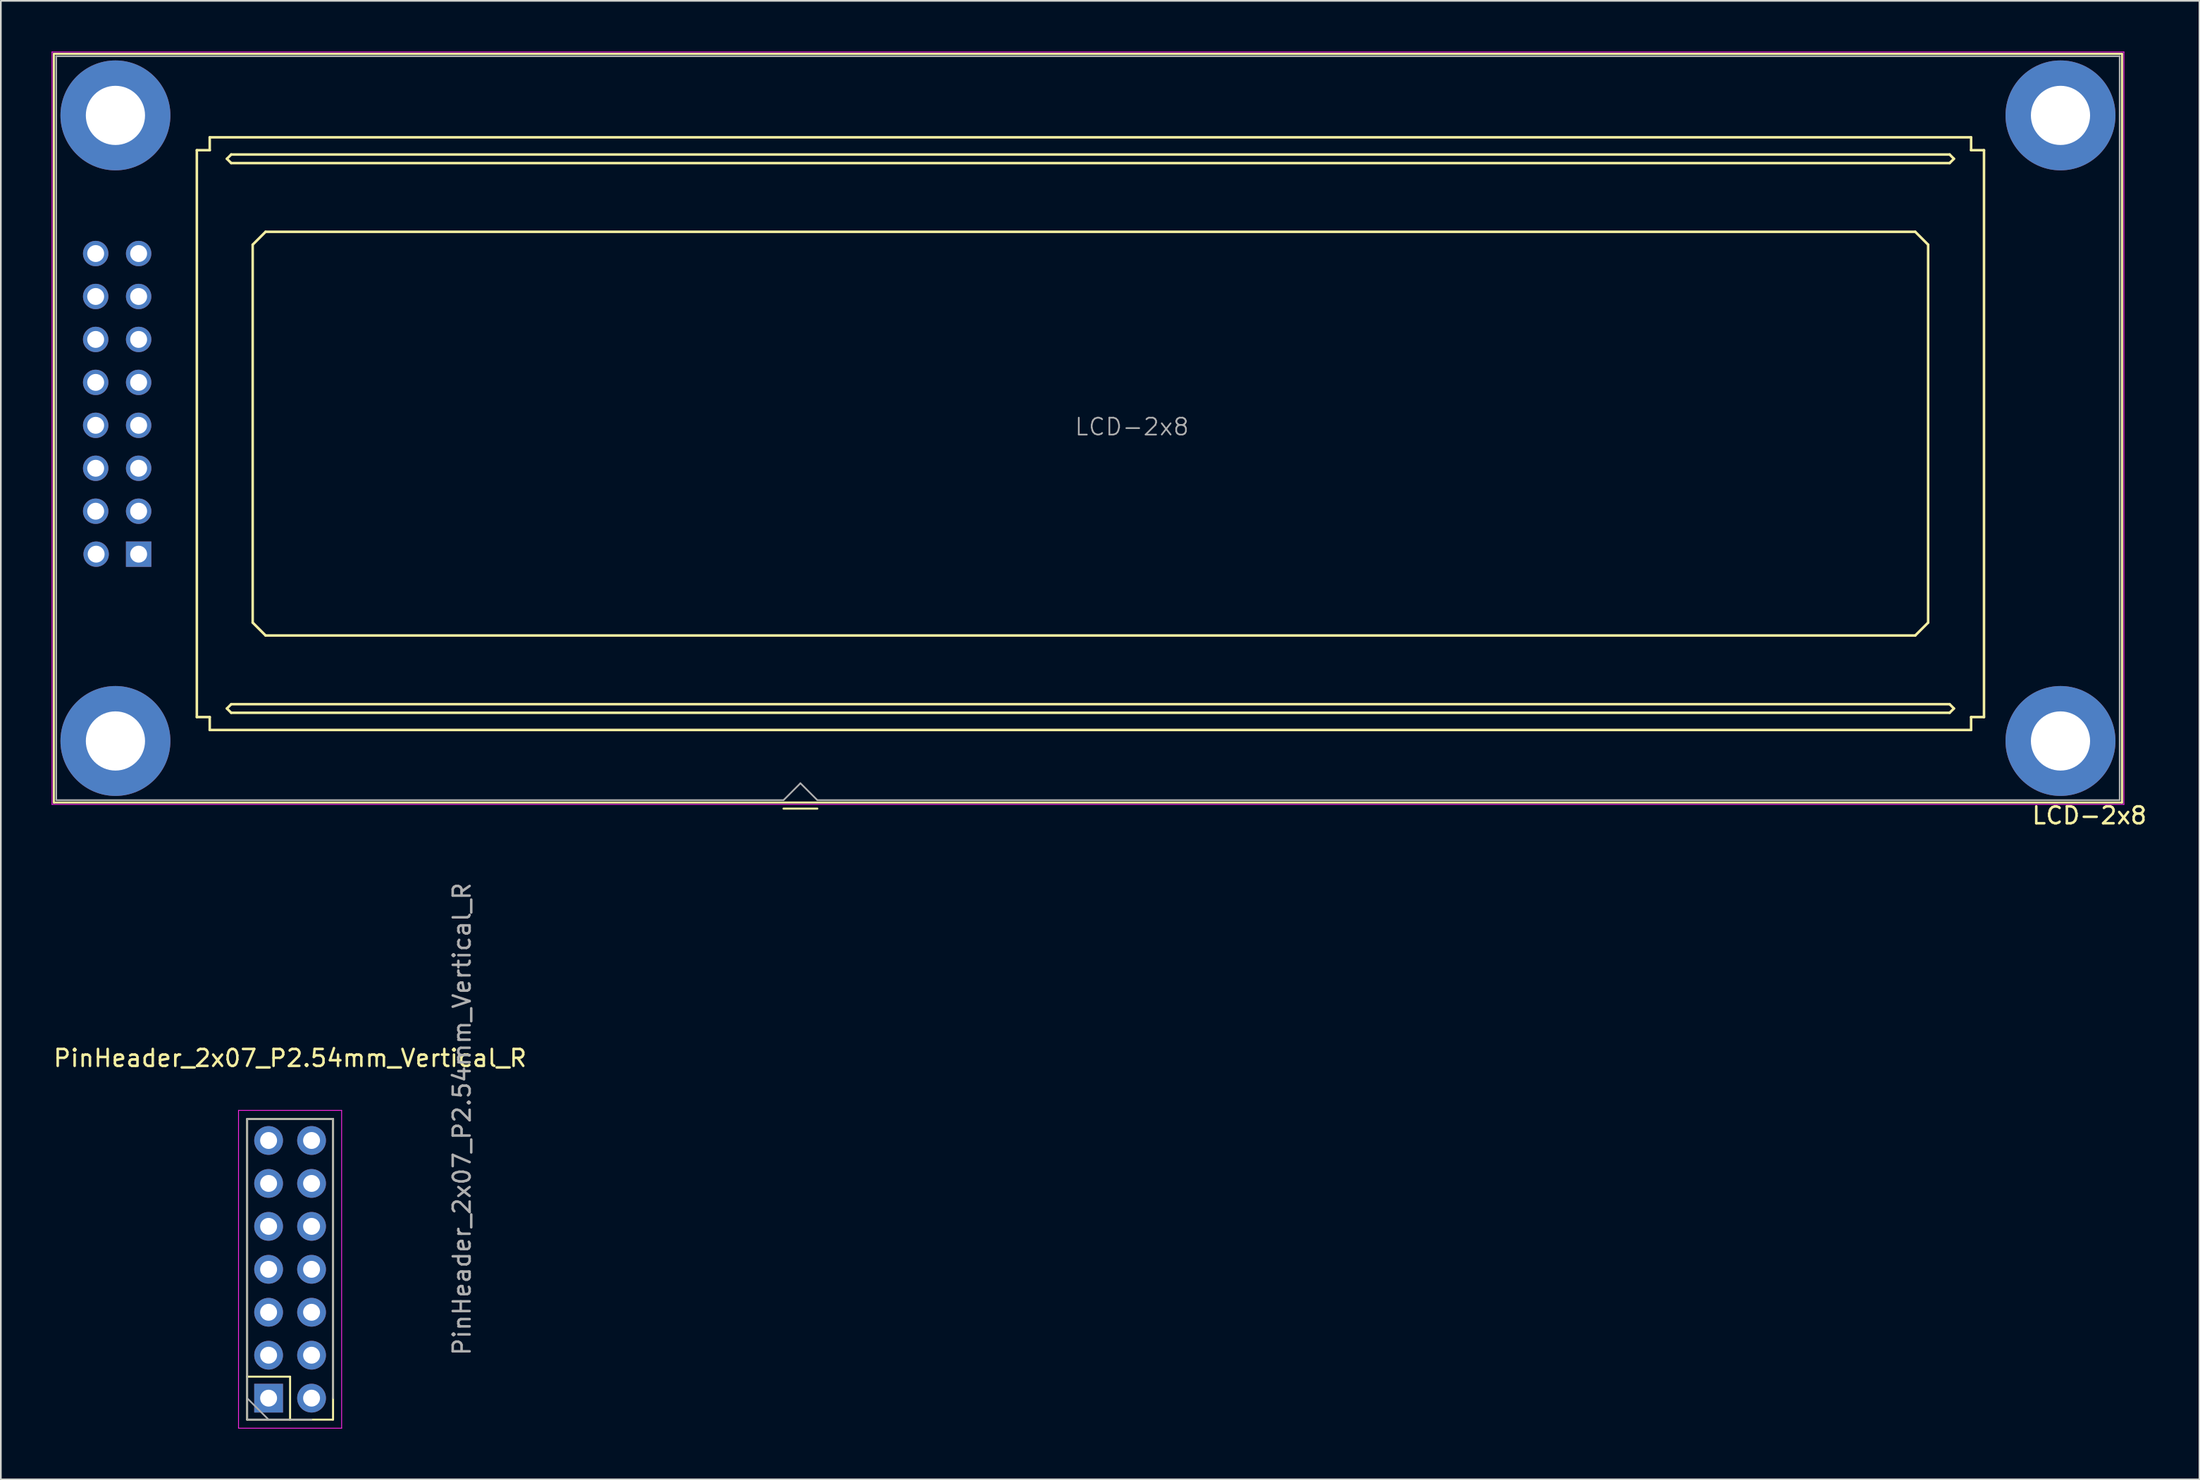
<source format=kicad_pcb>
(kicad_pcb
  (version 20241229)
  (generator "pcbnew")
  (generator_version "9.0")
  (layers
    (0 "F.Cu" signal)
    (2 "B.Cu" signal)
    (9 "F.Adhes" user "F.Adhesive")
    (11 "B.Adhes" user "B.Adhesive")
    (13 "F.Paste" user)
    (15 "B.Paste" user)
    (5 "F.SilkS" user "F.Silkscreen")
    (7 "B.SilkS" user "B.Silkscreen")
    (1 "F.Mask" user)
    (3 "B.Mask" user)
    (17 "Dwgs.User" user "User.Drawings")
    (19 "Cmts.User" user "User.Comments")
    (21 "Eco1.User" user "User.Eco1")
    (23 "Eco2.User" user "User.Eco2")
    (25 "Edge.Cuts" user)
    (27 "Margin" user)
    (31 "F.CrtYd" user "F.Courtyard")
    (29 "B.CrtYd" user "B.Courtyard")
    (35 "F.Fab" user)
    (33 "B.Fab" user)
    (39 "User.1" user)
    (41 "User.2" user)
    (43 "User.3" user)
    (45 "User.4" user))
  (footprint "LCD-2x8"
    (layer "F.Cu")
    (at 61.027 22.106)
    (property "Reference" "LCD-2x8" (at 59.458 23.079 0) (layer "F.SilkS") (effects (font (size 1 1) (thickness 0.15))))
    (attr through_hole)
    (fp_line (start -60.892 22.309) (end -60.892 -21.971) (stroke (width 0.12) (type solid)) (layer "F.SilkS"))
    (fp_line (start -60.892 22.309) (end 61.388 22.309) (stroke (width 0.12) (type solid)) (layer "F.SilkS"))
    (fp_line (start -52.439 -16.272) (end -52.439 17.256) (stroke (width 0.15) (type solid)) (layer "F.SilkS"))
    (fp_line (start -52.439 -16.272) (end -51.677 -16.272) (stroke (width 0.15) (type solid)) (layer "F.SilkS"))
    (fp_line (start -51.677 -16.272) (end -51.677 -17.034) (stroke (width 0.15) (type solid)) (layer "F.SilkS"))
    (fp_line (start -51.677 17.256) (end -52.439 17.256) (stroke (width 0.15) (type solid)) (layer "F.SilkS"))
    (fp_line (start -51.677 18.018) (end -51.677 17.256) (stroke (width 0.15) (type solid)) (layer "F.SilkS"))
    (fp_line (start -51.677 18.018) (end 52.463 18.018) (stroke (width 0.15) (type solid)) (layer "F.SilkS"))
    (fp_line (start -50.661 -15.764) (end -50.407 -15.51) (stroke (width 0.15) (type solid)) (layer "F.SilkS"))
    (fp_line (start -50.661 16.748) (end -50.407 16.494) (stroke (width 0.15) (type solid)) (layer "F.SilkS"))
    (fp_line (start -50.407 -16.018) (end -50.661 -15.764) (stroke (width 0.15) (type solid)) (layer "F.SilkS"))
    (fp_line (start -50.407 -15.51) (end 51.193 -15.51) (stroke (width 0.15) (type solid)) (layer "F.SilkS"))
    (fp_line (start -50.407 17.002) (end -50.661 16.748) (stroke (width 0.15) (type solid)) (layer "F.SilkS"))
    (fp_line (start -50.407 17.002) (end 51.193 17.002) (stroke (width 0.15) (type solid)) (layer "F.SilkS"))
    (fp_line (start -49.137 -10.684) (end -48.375 -11.446) (stroke (width 0.15) (type solid)) (layer "F.SilkS"))
    (fp_line (start -49.137 11.668) (end -49.137 -10.684) (stroke (width 0.15) (type solid)) (layer "F.SilkS"))
    (fp_line (start -48.375 -11.446) (end 49.161 -11.446) (stroke (width 0.15) (type solid)) (layer "F.SilkS"))
    (fp_line (start -48.375 12.43) (end -49.137 11.668) (stroke (width 0.15) (type solid)) (layer "F.SilkS"))
    (fp_line (start -15.752 22.669) (end -17.752 22.669) (stroke (width 0.12) (type solid)) (layer "F.SilkS"))
    (fp_line (start 49.161 -11.446) (end 49.923 -10.684) (stroke (width 0.15) (type solid)) (layer "F.SilkS"))
    (fp_line (start 49.161 12.43) (end -48.375 12.43) (stroke (width 0.15) (type solid)) (layer "F.SilkS"))
    (fp_line (start 49.923 -10.684) (end 49.923 11.668) (stroke (width 0.15) (type solid)) (layer "F.SilkS"))
    (fp_line (start 49.923 11.668) (end 49.161 12.43) (stroke (width 0.15) (type solid)) (layer "F.SilkS"))
    (fp_line (start 51.193 -16.018) (end -50.407 -16.018) (stroke (width 0.15) (type solid)) (layer "F.SilkS"))
    (fp_line (start 51.193 -15.51) (end 51.447 -15.764) (stroke (width 0.15) (type solid)) (layer "F.SilkS"))
    (fp_line (start 51.193 16.494) (end -50.407 16.494) (stroke (width 0.15) (type solid)) (layer "F.SilkS"))
    (fp_line (start 51.193 17.002) (end 51.447 16.748) (stroke (width 0.15) (type solid)) (layer "F.SilkS"))
    (fp_line (start 51.447 -15.764) (end 51.193 -16.018) (stroke (width 0.15) (type solid)) (layer "F.SilkS"))
    (fp_line (start 51.447 16.748) (end 51.193 16.494) (stroke (width 0.15) (type solid)) (layer "F.SilkS"))
    (fp_line (start 52.463 -17.034) (end -51.677 -17.034) (stroke (width 0.15) (type solid)) (layer "F.SilkS"))
    (fp_line (start 52.463 -17.034) (end 52.463 -16.272) (stroke (width 0.15) (type solid)) (layer "F.SilkS"))
    (fp_line (start 52.463 -16.272) (end 53.225 -16.272) (stroke (width 0.15) (type solid)) (layer "F.SilkS"))
    (fp_line (start 52.463 17.256) (end 53.225 17.256) (stroke (width 0.15) (type solid)) (layer "F.SilkS"))
    (fp_line (start 52.463 18.018) (end 52.463 17.256) (stroke (width 0.15) (type solid)) (layer "F.SilkS"))
    (fp_line (start 53.225 17.256) (end 53.225 -16.272) (stroke (width 0.15) (type solid)) (layer "F.SilkS"))
    (fp_line (start 61.388 -21.971) (end -60.892 -21.971) (stroke (width 0.12) (type solid)) (layer "F.SilkS"))
    (fp_line (start 61.388 22.309) (end 61.388 -21.971) (stroke (width 0.12) (type solid)) (layer "F.SilkS"))
    (fp_line (start -61.002 22.419) (end -61.002 -22.081) (stroke (width 0.05) (type solid)) (layer "F.CrtYd"))
    (fp_line (start 61.498 -22.081) (end -61.002 -22.081) (stroke (width 0.05) (type solid)) (layer "F.CrtYd"))
    (fp_line (start 61.498 22.419) (end -61.002 22.419) (stroke (width 0.05) (type solid)) (layer "F.CrtYd"))
    (fp_line (start 61.498 22.419) (end 61.498 -22.081) (stroke (width 0.05) (type solid)) (layer "F.CrtYd"))
    (fp_line (start -60.752 -21.831) (end 61.248 -21.831) (stroke (width 0.1) (type solid)) (layer "F.Fab"))
    (fp_line (start -60.752 22.169) (end -60.752 -21.831) (stroke (width 0.1) (type solid)) (layer "F.Fab"))
    (fp_line (start -17.752 22.169) (end -60.752 22.169) (stroke (width 0.1) (type solid)) (layer "F.Fab"))
    (fp_line (start -17.752 22.169) (end -16.752 21.169) (stroke (width 0.1) (type solid)) (layer "F.Fab"))
    (fp_line (start -16.752 21.169) (end -15.752 22.169) (stroke (width 0.1) (type solid)) (layer "F.Fab"))
    (fp_line (start 61.248 -21.831) (end 61.248 22.169) (stroke (width 0.1) (type solid)) (layer "F.Fab"))
    (fp_line (start 61.248 22.169) (end -15.752 22.169) (stroke (width 0.1) (type solid)) (layer "F.Fab"))
    (fp_text user "${REFERENCE}" (at 2.848 0.089 180) (layer "F.Fab") (effects (font (size 1 1) (thickness 0.1))))
    (pad "" thru_hole circle (at -57.252 -18.331) (size 6.5 6.5) (drill 3.5) (layers "*.Cu" "*.Mask"))
    (pad "" thru_hole circle (at -57.252 18.669) (size 6.5 6.5) (drill 3.5) (layers "*.Cu" "*.Mask"))
    (pad "" thru_hole circle (at 57.748 -18.331) (size 6.5 6.5) (drill 3.5) (layers "*.Cu" "*.Mask"))
    (pad "" thru_hole circle (at 57.748 18.669) (size 6.5 6.5) (drill 3.5) (layers "*.Cu" "*.Mask"))
    (pad "1" thru_hole rect (at -55.88 7.62 90) (size 1.5 1.5) (drill 1) (layers "*.Cu" "*.Mask"))
    (pad "2" thru_hole circle (at -58.392 7.62 90) (size 1.5 1.5) (drill 1) (layers "*.Cu" "*.Mask"))
    (pad "3" thru_hole circle (at -55.88 5.08 270) (size 1.5 1.5) (drill 1) (layers "*.Cu" "*.Mask"))
    (pad "4" thru_hole circle (at -58.42 5.08 270) (size 1.5 1.5) (drill 1) (layers "*.Cu" "*.Mask"))
    (pad "5" thru_hole circle (at -55.88 2.54 270) (size 1.5 1.5) (drill 1) (layers "*.Cu" "*.Mask"))
    (pad "6" thru_hole circle (at -58.42 2.54 270) (size 1.5 1.5) (drill 1) (layers "*.Cu" "*.Mask"))
    (pad "7" thru_hole circle (at -55.88 0 270) (size 1.5 1.5) (drill 1) (layers "*.Cu" "*.Mask"))
    (pad "8" thru_hole circle (at -58.42 0 270) (size 1.5 1.5) (drill 1) (layers "*.Cu" "*.Mask"))
    (pad "9" thru_hole circle (at -55.88 -2.54 270) (size 1.5 1.5) (drill 1) (layers "*.Cu" "*.Mask"))
    (pad "10" thru_hole circle (at -58.42 -2.54 270) (size 1.5 1.5) (drill 1) (layers "*.Cu" "*.Mask"))
    (pad "11" thru_hole circle (at -55.88 -5.08 270) (size 1.5 1.5) (drill 1) (layers "*.Cu" "*.Mask"))
    (pad "12" thru_hole circle (at -58.42 -5.08 270) (size 1.5 1.5) (drill 1) (layers "*.Cu" "*.Mask"))
    (pad "13" thru_hole circle (at -55.88 -7.62 270) (size 1.5 1.5) (drill 1) (layers "*.Cu" "*.Mask"))
    (pad "14" thru_hole circle (at -58.42 -7.62 270) (size 1.5 1.5) (drill 1) (layers "*.Cu" "*.Mask"))
    (pad "15" thru_hole circle (at -55.88 -10.16 270) (size 1.5 1.5) (drill 1) (layers "*.Cu" "*.Mask"))
    (pad "16" thru_hole circle (at -58.42 -10.16 270) (size 1.5 1.5) (drill 1) (layers "*.Cu" "*.Mask")))
  (footprint "PinHeader_2x07_P2.54mm_Vertical_R"
    (layer "F.Cu")
    (at 12.831 79.644)
    (property "Reference" "PinHeader_2x07_P2.54mm_Vertical_R" (at 1.27 -20.11 0) (layer "F.SilkS") (effects (font (size 1 1) (thickness 0.15))))
    (attr through_hole)
    (fp_line (start -1.27 1.27) (end -1.27 -16.51) (stroke (width 0.12) (type solid)) (layer "F.SilkS"))
    (fp_line (start 1.27 -1.27) (end -1.27 -1.27) (stroke (width 0.12) (type solid)) (layer "F.SilkS"))
    (fp_line (start 1.27 -1.27) (end 1.27 1.27) (stroke (width 0.12) (type solid)) (layer "F.SilkS"))
    (fp_line (start 3.804 1.27) (end -1.27 1.27) (stroke (width 0.12) (type solid)) (layer "F.SilkS"))
    (fp_line (start 3.81 -16.51) (end -1.27 -16.51) (stroke (width 0.12) (type solid)) (layer "F.SilkS"))
    (fp_line (start 3.81 0) (end 3.81 -16.51) (stroke (width 0.12) (type solid)) (layer "F.SilkS"))
    (fp_line (start 3.81 0) (end 3.81 1.27) (stroke (width 0.12) (type solid)) (layer "F.SilkS"))
    (fp_line (start -1.778 -17.018) (end -1.778 1.778) (stroke (width 0.05) (type solid)) (layer "F.CrtYd"))
    (fp_line (start -1.778 1.778) (end 4.318 1.778) (stroke (width 0.05) (type solid)) (layer "F.CrtYd"))
    (fp_line (start 4.318 -17.018) (end -1.778 -17.018) (stroke (width 0.05) (type solid)) (layer "F.CrtYd"))
    (fp_line (start 4.318 1.778) (end 4.318 -17.018) (stroke (width 0.05) (type solid)) (layer "F.CrtYd"))
    (fp_line (start -1.27 -16.51) (end 3.81 -16.51) (stroke (width 0.1) (type solid)) (layer "F.Fab"))
    (fp_line (start -1.27 0) (end 0 1.27) (stroke (width 0.1) (type solid)) (layer "F.Fab"))
    (fp_line (start -1.27 1.27) (end -1.27 -16.51) (stroke (width 0.1) (type solid)) (layer "F.Fab"))
    (fp_line (start 2.54 1.27) (end -1.27 1.27) (stroke (width 0.1) (type solid)) (layer "F.Fab"))
    (fp_line (start 3.81 -16.51) (end 3.81 0) (stroke (width 0.1) (type solid)) (layer "F.Fab"))
    (fp_text user "${REFERENCE}" (at 11.43 -16.51 90) (layer "F.Fab") (effects (font (size 1 1) (thickness 0.15))))
    (pad "1" thru_hole rect (at 0 0) (size 1.7 1.7) (drill 1) (layers "*.Cu" "*.Mask"))
    (pad "2" thru_hole oval (at 2.54 0) (size 1.7 1.7) (drill 1) (layers "*.Cu" "*.Mask"))
    (pad "3" thru_hole oval (at 0 -2.54) (size 1.7 1.7) (drill 1) (layers "*.Cu" "*.Mask"))
    (pad "4" thru_hole oval (at 2.54 -2.54) (size 1.7 1.7) (drill 1) (layers "*.Cu" "*.Mask"))
    (pad "5" thru_hole oval (at 0 -5.08) (size 1.7 1.7) (drill 1) (layers "*.Cu" "*.Mask"))
    (pad "6" thru_hole oval (at 2.54 -5.08) (size 1.7 1.7) (drill 1) (layers "*.Cu" "*.Mask"))
    (pad "7" thru_hole oval (at 0 -7.62) (size 1.7 1.7) (drill 1) (layers "*.Cu" "*.Mask"))
    (pad "8" thru_hole oval (at 2.54 -7.62) (size 1.7 1.7) (drill 1) (layers "*.Cu" "*.Mask"))
    (pad "9" thru_hole oval (at 0 -10.16) (size 1.7 1.7) (drill 1) (layers "*.Cu" "*.Mask"))
    (pad "10" thru_hole oval (at 2.54 -10.16) (size 1.7 1.7) (drill 1) (layers "*.Cu" "*.Mask"))
    (pad "11" thru_hole oval (at 0 -12.7) (size 1.7 1.7) (drill 1) (layers "*.Cu" "*.Mask"))
    (pad "12" thru_hole oval (at 2.54 -12.7) (size 1.7 1.7) (drill 1) (layers "*.Cu" "*.Mask"))
    (pad "13" thru_hole oval (at 0 -15.24) (size 1.7 1.7) (drill 1) (layers "*.Cu" "*.Mask"))
    (pad "14" thru_hole oval (at 2.54 -15.24) (size 1.7 1.7) (drill 1) (layers "*.Cu" "*.Mask")))
  (gr_rect
    (start -3 -3)
    (end 126.991 84.447)
    (stroke (width 0.1) (type default))
    (fill no)
    (layer "Edge.Cuts")))
</source>
